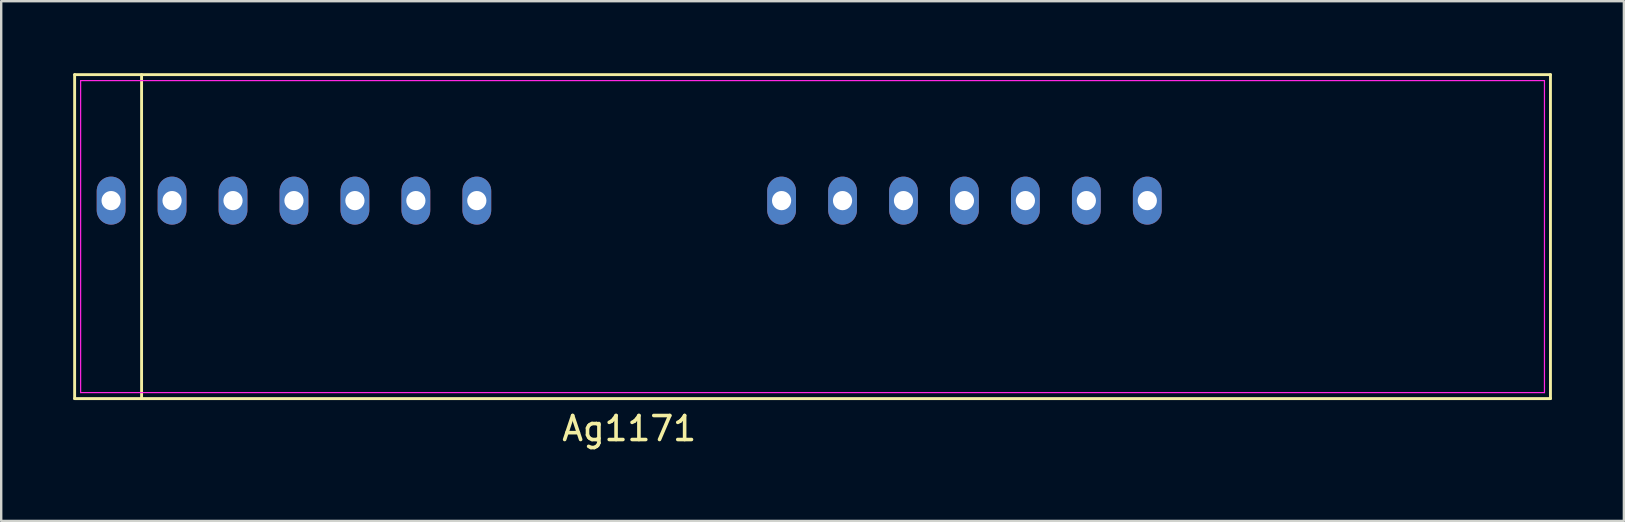
<source format=kicad_pcb>
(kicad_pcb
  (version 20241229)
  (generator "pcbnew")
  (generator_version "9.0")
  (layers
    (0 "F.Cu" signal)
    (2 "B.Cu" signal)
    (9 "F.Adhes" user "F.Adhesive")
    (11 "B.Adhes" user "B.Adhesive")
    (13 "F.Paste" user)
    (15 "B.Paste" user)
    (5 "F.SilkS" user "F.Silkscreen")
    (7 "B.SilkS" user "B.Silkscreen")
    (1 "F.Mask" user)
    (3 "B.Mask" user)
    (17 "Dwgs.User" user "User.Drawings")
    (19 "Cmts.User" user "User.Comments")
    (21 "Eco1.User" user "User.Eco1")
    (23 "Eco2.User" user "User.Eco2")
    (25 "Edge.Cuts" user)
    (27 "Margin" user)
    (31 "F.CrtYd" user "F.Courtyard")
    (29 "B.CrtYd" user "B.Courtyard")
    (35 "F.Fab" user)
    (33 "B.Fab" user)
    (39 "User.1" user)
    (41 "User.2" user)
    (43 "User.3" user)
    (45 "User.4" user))
  (footprint "Ag1171"
    (layer "F.Cu")
    (at 23.17 5.31)
    (property "Reference" "Ag1171" (at 0 9.5 0) (layer "F.SilkS") (effects (font (size 1 1) (thickness 0.15))))
    (attr through_hole)
    (fp_line (start -23.11 -5.25) (end 38.39 -5.25) (stroke (width 0.12) (type default)) (layer "F.SilkS"))
    (fp_line (start -23.11 8.25) (end -23.11 -5.25) (stroke (width 0.12) (type default)) (layer "F.SilkS"))
    (fp_line (start -20.32 -5.25) (end -20.32 8.25) (stroke (width 0.12) (type default)) (layer "F.SilkS"))
    (fp_line (start 38.39 -5.25) (end 38.39 8.25) (stroke (width 0.12) (type default)) (layer "F.SilkS"))
    (fp_line (start 38.39 8.25) (end -23.11 8.25) (stroke (width 0.12) (type default)) (layer "F.SilkS"))
    (fp_line (start -22.86 -5) (end 38.14 -5) (stroke (width 0.05) (type default)) (layer "F.CrtYd"))
    (fp_line (start -22.86 8) (end -22.86 -5) (stroke (width 0.05) (type default)) (layer "F.CrtYd"))
    (fp_line (start 38.14 -5) (end 38.14 8) (stroke (width 0.05) (type default)) (layer "F.CrtYd"))
    (fp_line (start 38.14 8) (end -22.86 8) (stroke (width 0.05) (type default)) (layer "F.CrtYd"))
    (pad "1" thru_hole oval (at -21.59 0) (size 1.2 2) (drill 0.8) (layers "*.Cu" "*.Mask"))
    (pad "2" thru_hole oval (at -19.05 0) (size 1.2 2) (drill 0.8) (layers "*.Cu" "*.Mask"))
    (pad "3" thru_hole oval (at -16.51 0) (size 1.2 2) (drill 0.8) (layers "*.Cu" "*.Mask"))
    (pad "4" thru_hole oval (at -13.97 0) (size 1.2 2) (drill 0.8) (layers "*.Cu" "*.Mask"))
    (pad "5" thru_hole oval (at -11.43 0) (size 1.2 2) (drill 0.8) (layers "*.Cu" "*.Mask"))
    (pad "6" thru_hole oval (at -8.89 0) (size 1.2 2) (drill 0.8) (layers "*.Cu" "*.Mask"))
    (pad "7" thru_hole oval (at -6.35 0) (size 1.2 2) (drill 0.8) (layers "*.Cu" "*.Mask"))
    (pad "8" thru_hole oval (at 6.35 0) (size 1.2 2) (drill 0.8) (layers "*.Cu" "*.Mask"))
    (pad "9" thru_hole oval (at 8.89 0) (size 1.2 2) (drill 0.8) (layers "*.Cu" "*.Mask"))
    (pad "10" thru_hole oval (at 11.43 0) (size 1.2 2) (drill 0.8) (layers "*.Cu" "*.Mask"))
    (pad "11" thru_hole oval (at 13.97 0) (size 1.2 2) (drill 0.8) (layers "*.Cu" "*.Mask"))
    (pad "12" thru_hole oval (at 16.51 0) (size 1.2 2) (drill 0.8) (layers "*.Cu" "*.Mask"))
    (pad "13" thru_hole oval (at 19.05 0) (size 1.2 2) (drill 0.8) (layers "*.Cu" "*.Mask"))
    (pad "14" thru_hole oval (at 21.59 0) (size 1.2 2) (drill 0.8) (layers "*.Cu" "*.Mask")))
  (gr_rect
    (start -3 -3)
    (end 64.62 18.658)
    (stroke (width 0.1) (type default))
    (fill no)
    (layer "Edge.Cuts")))
</source>
